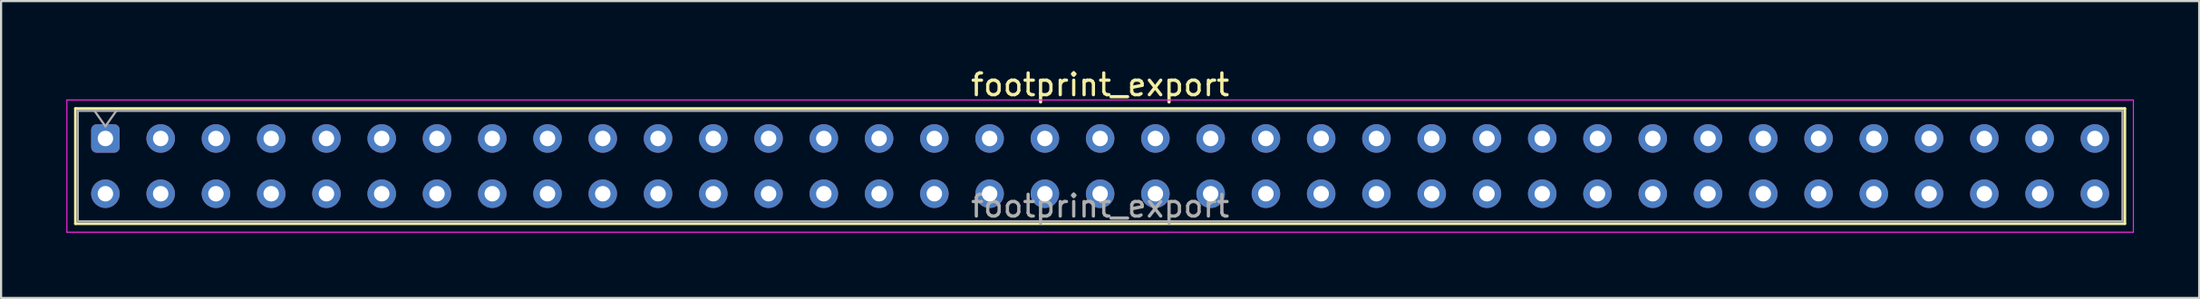
<source format=kicad_pcb>
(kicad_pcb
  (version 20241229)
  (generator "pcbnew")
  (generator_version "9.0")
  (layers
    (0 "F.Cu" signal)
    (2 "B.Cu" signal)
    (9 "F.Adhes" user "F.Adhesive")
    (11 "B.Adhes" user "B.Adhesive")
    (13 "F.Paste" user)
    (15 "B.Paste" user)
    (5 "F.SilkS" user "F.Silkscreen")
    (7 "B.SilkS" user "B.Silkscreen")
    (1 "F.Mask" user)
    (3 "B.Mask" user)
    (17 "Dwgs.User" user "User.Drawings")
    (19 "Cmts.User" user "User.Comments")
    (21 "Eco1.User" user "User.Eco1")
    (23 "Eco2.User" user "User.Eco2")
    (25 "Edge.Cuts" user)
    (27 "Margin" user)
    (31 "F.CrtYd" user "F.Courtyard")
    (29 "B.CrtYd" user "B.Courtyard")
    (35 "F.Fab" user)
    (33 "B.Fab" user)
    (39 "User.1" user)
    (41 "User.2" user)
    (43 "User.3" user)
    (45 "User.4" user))
  (footprint "footprint_export"
    (layer "F.Cu")
    (at 1.795 3.318)
    (property "Reference" "footprint_export" (at 45.72 -2.47 0) (layer "F.SilkS") (effects (font (size 1 1) (thickness 0.15))))
    (attr through_hole)
    (fp_line (start -1.38 -1.38) (end 92.82 -1.38) (stroke (width 0.12) (type solid)) (layer "F.SilkS"))
    (fp_line (start -1.38 3.92) (end -1.38 -1.38) (stroke (width 0.12) (type solid)) (layer "F.SilkS"))
    (fp_line (start 92.82 -1.38) (end 92.82 3.92) (stroke (width 0.12) (type solid)) (layer "F.SilkS"))
    (fp_line (start 92.82 3.92) (end -1.38 3.92) (stroke (width 0.12) (type solid)) (layer "F.SilkS"))
    (fp_line (start -1.77 -1.77) (end 93.21 -1.77) (stroke (width 0.05) (type solid)) (layer "F.CrtYd"))
    (fp_line (start -1.77 4.31) (end -1.77 -1.77) (stroke (width 0.05) (type solid)) (layer "F.CrtYd"))
    (fp_line (start 93.21 -1.77) (end 93.21 4.31) (stroke (width 0.05) (type solid)) (layer "F.CrtYd"))
    (fp_line (start 93.21 4.31) (end -1.77 4.31) (stroke (width 0.05) (type solid)) (layer "F.CrtYd"))
    (fp_line (start -1.27 -1.27) (end 92.71 -1.27) (stroke (width 0.1) (type solid)) (layer "F.Fab"))
    (fp_line (start -1.27 3.81) (end -1.27 -1.27) (stroke (width 0.1) (type solid)) (layer "F.Fab"))
    (fp_line (start -0.5 -1.27) (end 0 -0.563) (stroke (width 0.1) (type solid)) (layer "F.Fab"))
    (fp_line (start 0 -0.563) (end 0.5 -1.27) (stroke (width 0.1) (type solid)) (layer "F.Fab"))
    (fp_line (start 92.71 -1.27) (end 92.71 3.81) (stroke (width 0.1) (type solid)) (layer "F.Fab"))
    (fp_line (start 92.71 3.81) (end -1.27 3.81) (stroke (width 0.1) (type solid)) (layer "F.Fab"))
    (fp_text user "${REFERENCE}" (at 45.72 3.11 0) (layer "F.Fab") (effects (font (size 1 1) (thickness 0.15))))
    (pad "1" thru_hole roundrect (at 0 0) (size 1.31 1.31) (drill 0.71) (layers "*.Cu" "*.Mask") (roundrect_rratio 0.191))
    (pad "2" thru_hole circle (at 0 2.54) (size 1.31 1.31) (drill 0.71) (layers "*.Cu" "*.Mask"))
    (pad "3" thru_hole circle (at 2.54 0) (size 1.31 1.31) (drill 0.71) (layers "*.Cu" "*.Mask"))
    (pad "4" thru_hole circle (at 2.54 2.54) (size 1.31 1.31) (drill 0.71) (layers "*.Cu" "*.Mask"))
    (pad "5" thru_hole circle (at 5.08 0) (size 1.31 1.31) (drill 0.71) (layers "*.Cu" "*.Mask"))
    (pad "6" thru_hole circle (at 5.08 2.54) (size 1.31 1.31) (drill 0.71) (layers "*.Cu" "*.Mask"))
    (pad "7" thru_hole circle (at 7.62 0) (size 1.31 1.31) (drill 0.71) (layers "*.Cu" "*.Mask"))
    (pad "8" thru_hole circle (at 7.62 2.54) (size 1.31 1.31) (drill 0.71) (layers "*.Cu" "*.Mask"))
    (pad "9" thru_hole circle (at 10.16 0) (size 1.31 1.31) (drill 0.71) (layers "*.Cu" "*.Mask"))
    (pad "10" thru_hole circle (at 10.16 2.54) (size 1.31 1.31) (drill 0.71) (layers "*.Cu" "*.Mask"))
    (pad "11" thru_hole circle (at 12.7 0) (size 1.31 1.31) (drill 0.71) (layers "*.Cu" "*.Mask"))
    (pad "12" thru_hole circle (at 12.7 2.54) (size 1.31 1.31) (drill 0.71) (layers "*.Cu" "*.Mask"))
    (pad "13" thru_hole circle (at 15.24 0) (size 1.31 1.31) (drill 0.71) (layers "*.Cu" "*.Mask"))
    (pad "14" thru_hole circle (at 15.24 2.54) (size 1.31 1.31) (drill 0.71) (layers "*.Cu" "*.Mask"))
    (pad "15" thru_hole circle (at 17.78 0) (size 1.31 1.31) (drill 0.71) (layers "*.Cu" "*.Mask"))
    (pad "16" thru_hole circle (at 17.78 2.54) (size 1.31 1.31) (drill 0.71) (layers "*.Cu" "*.Mask"))
    (pad "17" thru_hole circle (at 20.32 0) (size 1.31 1.31) (drill 0.71) (layers "*.Cu" "*.Mask"))
    (pad "18" thru_hole circle (at 20.32 2.54) (size 1.31 1.31) (drill 0.71) (layers "*.Cu" "*.Mask"))
    (pad "19" thru_hole circle (at 22.86 0) (size 1.31 1.31) (drill 0.71) (layers "*.Cu" "*.Mask"))
    (pad "20" thru_hole circle (at 22.86 2.54) (size 1.31 1.31) (drill 0.71) (layers "*.Cu" "*.Mask"))
    (pad "21" thru_hole circle (at 25.4 0) (size 1.31 1.31) (drill 0.71) (layers "*.Cu" "*.Mask"))
    (pad "22" thru_hole circle (at 25.4 2.54) (size 1.31 1.31) (drill 0.71) (layers "*.Cu" "*.Mask"))
    (pad "23" thru_hole circle (at 27.94 0) (size 1.31 1.31) (drill 0.71) (layers "*.Cu" "*.Mask"))
    (pad "24" thru_hole circle (at 27.94 2.54) (size 1.31 1.31) (drill 0.71) (layers "*.Cu" "*.Mask"))
    (pad "25" thru_hole circle (at 30.48 0) (size 1.31 1.31) (drill 0.71) (layers "*.Cu" "*.Mask"))
    (pad "26" thru_hole circle (at 30.48 2.54) (size 1.31 1.31) (drill 0.71) (layers "*.Cu" "*.Mask"))
    (pad "27" thru_hole circle (at 33.02 0) (size 1.31 1.31) (drill 0.71) (layers "*.Cu" "*.Mask"))
    (pad "28" thru_hole circle (at 33.02 2.54) (size 1.31 1.31) (drill 0.71) (layers "*.Cu" "*.Mask"))
    (pad "29" thru_hole circle (at 35.56 0) (size 1.31 1.31) (drill 0.71) (layers "*.Cu" "*.Mask"))
    (pad "30" thru_hole circle (at 35.56 2.54) (size 1.31 1.31) (drill 0.71) (layers "*.Cu" "*.Mask"))
    (pad "31" thru_hole circle (at 38.1 0) (size 1.31 1.31) (drill 0.71) (layers "*.Cu" "*.Mask"))
    (pad "32" thru_hole circle (at 38.1 2.54) (size 1.31 1.31) (drill 0.71) (layers "*.Cu" "*.Mask"))
    (pad "33" thru_hole circle (at 40.64 0) (size 1.31 1.31) (drill 0.71) (layers "*.Cu" "*.Mask"))
    (pad "34" thru_hole circle (at 40.64 2.54) (size 1.31 1.31) (drill 0.71) (layers "*.Cu" "*.Mask"))
    (pad "35" thru_hole circle (at 43.18 0) (size 1.31 1.31) (drill 0.71) (layers "*.Cu" "*.Mask"))
    (pad "36" thru_hole circle (at 43.18 2.54) (size 1.31 1.31) (drill 0.71) (layers "*.Cu" "*.Mask"))
    (pad "37" thru_hole circle (at 45.72 0) (size 1.31 1.31) (drill 0.71) (layers "*.Cu" "*.Mask"))
    (pad "38" thru_hole circle (at 45.72 2.54) (size 1.31 1.31) (drill 0.71) (layers "*.Cu" "*.Mask"))
    (pad "39" thru_hole circle (at 48.26 0) (size 1.31 1.31) (drill 0.71) (layers "*.Cu" "*.Mask"))
    (pad "40" thru_hole circle (at 48.26 2.54) (size 1.31 1.31) (drill 0.71) (layers "*.Cu" "*.Mask"))
    (pad "41" thru_hole circle (at 50.8 0) (size 1.31 1.31) (drill 0.71) (layers "*.Cu" "*.Mask"))
    (pad "42" thru_hole circle (at 50.8 2.54) (size 1.31 1.31) (drill 0.71) (layers "*.Cu" "*.Mask"))
    (pad "43" thru_hole circle (at 53.34 0) (size 1.31 1.31) (drill 0.71) (layers "*.Cu" "*.Mask"))
    (pad "44" thru_hole circle (at 53.34 2.54) (size 1.31 1.31) (drill 0.71) (layers "*.Cu" "*.Mask"))
    (pad "45" thru_hole circle (at 55.88 0) (size 1.31 1.31) (drill 0.71) (layers "*.Cu" "*.Mask"))
    (pad "46" thru_hole circle (at 55.88 2.54) (size 1.31 1.31) (drill 0.71) (layers "*.Cu" "*.Mask"))
    (pad "47" thru_hole circle (at 58.42 0) (size 1.31 1.31) (drill 0.71) (layers "*.Cu" "*.Mask"))
    (pad "48" thru_hole circle (at 58.42 2.54) (size 1.31 1.31) (drill 0.71) (layers "*.Cu" "*.Mask"))
    (pad "49" thru_hole circle (at 60.96 0) (size 1.31 1.31) (drill 0.71) (layers "*.Cu" "*.Mask"))
    (pad "50" thru_hole circle (at 60.96 2.54) (size 1.31 1.31) (drill 0.71) (layers "*.Cu" "*.Mask"))
    (pad "51" thru_hole circle (at 63.5 0) (size 1.31 1.31) (drill 0.71) (layers "*.Cu" "*.Mask"))
    (pad "52" thru_hole circle (at 63.5 2.54) (size 1.31 1.31) (drill 0.71) (layers "*.Cu" "*.Mask"))
    (pad "53" thru_hole circle (at 66.04 0) (size 1.31 1.31) (drill 0.71) (layers "*.Cu" "*.Mask"))
    (pad "54" thru_hole circle (at 66.04 2.54) (size 1.31 1.31) (drill 0.71) (layers "*.Cu" "*.Mask"))
    (pad "55" thru_hole circle (at 68.58 0) (size 1.31 1.31) (drill 0.71) (layers "*.Cu" "*.Mask"))
    (pad "56" thru_hole circle (at 68.58 2.54) (size 1.31 1.31) (drill 0.71) (layers "*.Cu" "*.Mask"))
    (pad "57" thru_hole circle (at 71.12 0) (size 1.31 1.31) (drill 0.71) (layers "*.Cu" "*.Mask"))
    (pad "58" thru_hole circle (at 71.12 2.54) (size 1.31 1.31) (drill 0.71) (layers "*.Cu" "*.Mask"))
    (pad "59" thru_hole circle (at 73.66 0) (size 1.31 1.31) (drill 0.71) (layers "*.Cu" "*.Mask"))
    (pad "60" thru_hole circle (at 73.66 2.54) (size 1.31 1.31) (drill 0.71) (layers "*.Cu" "*.Mask"))
    (pad "61" thru_hole circle (at 76.2 0) (size 1.31 1.31) (drill 0.71) (layers "*.Cu" "*.Mask"))
    (pad "62" thru_hole circle (at 76.2 2.54) (size 1.31 1.31) (drill 0.71) (layers "*.Cu" "*.Mask"))
    (pad "63" thru_hole circle (at 78.74 0) (size 1.31 1.31) (drill 0.71) (layers "*.Cu" "*.Mask"))
    (pad "64" thru_hole circle (at 78.74 2.54) (size 1.31 1.31) (drill 0.71) (layers "*.Cu" "*.Mask"))
    (pad "65" thru_hole circle (at 81.28 0) (size 1.31 1.31) (drill 0.71) (layers "*.Cu" "*.Mask"))
    (pad "66" thru_hole circle (at 81.28 2.54) (size 1.31 1.31) (drill 0.71) (layers "*.Cu" "*.Mask"))
    (pad "67" thru_hole circle (at 83.82 0) (size 1.31 1.31) (drill 0.71) (layers "*.Cu" "*.Mask"))
    (pad "68" thru_hole circle (at 83.82 2.54) (size 1.31 1.31) (drill 0.71) (layers "*.Cu" "*.Mask"))
    (pad "69" thru_hole circle (at 86.36 0) (size 1.31 1.31) (drill 0.71) (layers "*.Cu" "*.Mask"))
    (pad "70" thru_hole circle (at 86.36 2.54) (size 1.31 1.31) (drill 0.71) (layers "*.Cu" "*.Mask"))
    (pad "71" thru_hole circle (at 88.9 0) (size 1.31 1.31) (drill 0.71) (layers "*.Cu" "*.Mask"))
    (pad "72" thru_hole circle (at 88.9 2.54) (size 1.31 1.31) (drill 0.71) (layers "*.Cu" "*.Mask"))
    (pad "73" thru_hole circle (at 91.44 0) (size 1.31 1.31) (drill 0.71) (layers "*.Cu" "*.Mask"))
    (pad "74" thru_hole circle (at 91.44 2.54) (size 1.31 1.31) (drill 0.71) (layers "*.Cu" "*.Mask")))
  (gr_rect
    (start -3 -3)
    (end 98.03 10.653)
    (stroke (width 0.1) (type default))
    (fill no)
    (layer "Edge.Cuts")))
</source>
